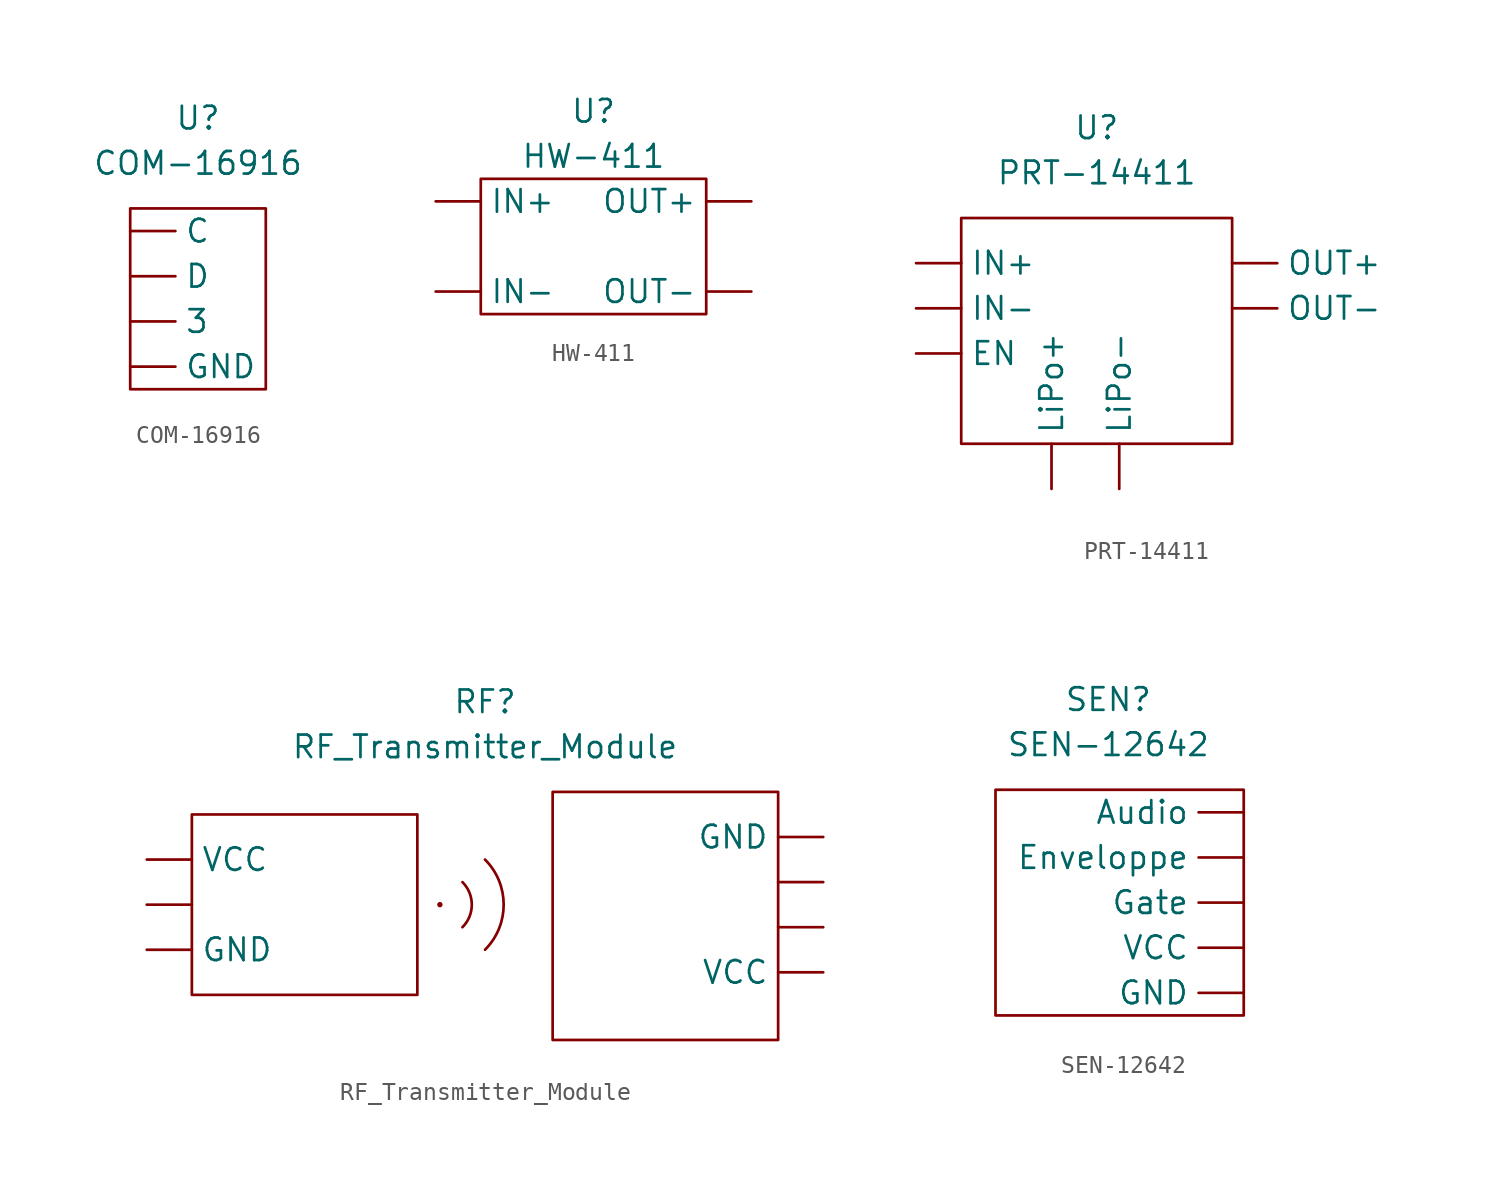
<source format=kicad_sym>
(kicad_symbol_lib
  (version 20211014)
  (generator kicad_symbol_editor)
  (symbol "COM-16916"
    (property "Reference" "U"
      (at 0 5.08 0)
      (effects (font (size 1.27 1.27))))
    (property "Value" "COM-16916"
      (at 0 2.54 0)
      (effects (font (size 1.27 1.27))))
    (symbol "COM-16916_0_1"
      (rectangle (start -3.81 0) (end 3.81 -10.16) (stroke (width 0) (type default) (color 0 0 0 0)) (fill (type none))))
    (symbol "COM-16916_1_1"
      (pin input line (at -3.81 -6.35 0) (length 2.54) (name "3" (effects (font (size 1.27 1.27)))) (number "" (effects (font (size 1.27 1.27)))))
      (pin input line (at -3.81 -1.27 0) (length 2.54) (name "C" (effects (font (size 1.27 1.27)))) (number "" (effects (font (size 1.27 1.27)))))
      (pin input line (at -3.81 -3.81 0) (length 2.54) (name "D" (effects (font (size 1.27 1.27)))) (number "" (effects (font (size 1.27 1.27)))))
      (pin input line (at -3.81 -8.89 0) (length 2.54) (name "GND" (effects (font (size 1.27 1.27)))) (number "" (effects (font (size 1.27 1.27)))))))
  (symbol "HW-411"
    (property "Reference" "U"
      (at 0 3.81 0)
      (effects (font (size 1.27 1.27))))
    (property "Value" "HW-411"
      (at 0 1.27 0)
      (effects (font (size 1.27 1.27))))
    (symbol "HW-411_0_1"
      (rectangle (start -6.35 0) (end 6.35 -7.62) (stroke (width 0) (type default) (color 0 0 0 0)) (fill (type none))))
    (symbol "HW-411_1_1"
      (pin input line (at -8.89 -1.27 0) (length 2.54) (name "IN+" (effects (font (size 1.27 1.27)))) (number "" (effects (font (size 1.27 1.27)))))
      (pin input line (at -8.89 -6.35 0) (length 2.54) (name "IN-" (effects (font (size 1.27 1.27)))) (number "" (effects (font (size 1.27 1.27)))))
      (pin output line (at 8.89 -1.27 180) (length 2.54) (name "OUT+" (effects (font (size 1.27 1.27)))) (number "" (effects (font (size 1.27 1.27)))))
      (pin output line (at 8.89 -6.35 180) (length 2.54) (name "OUT-" (effects (font (size 1.27 1.27)))) (number "" (effects (font (size 1.27 1.27)))))))
  (symbol "PRT-14411"
    (property "Reference" "U"
      (at 0 5.08 0)
      (effects (font (size 1.27 1.27))))
    (property "Value" "PRT-14411"
      (at 0 2.54 0)
      (effects (font (size 1.27 1.27))))
    (symbol "PRT-14411_0_1"
      (rectangle (start -7.62 0) (end 7.62 -12.7) (stroke (width 0) (type default) (color 0 0 0 0)) (fill (type none))))
    (symbol "PRT-14411_1_1"
      (pin input line (at -10.16 -7.62 0) (length 2.54) (name "EN" (effects (font (size 1.27 1.27)))) (number "" (effects (font (size 1.27 1.27)))))
      (pin input line (at -10.16 -2.54 0) (length 2.54) (name "IN+" (effects (font (size 1.27 1.27)))) (number "" (effects (font (size 1.27 1.27)))))
      (pin input line (at -10.16 -5.08 0) (length 2.54) (name "IN-" (effects (font (size 1.27 1.27)))) (number "" (effects (font (size 1.27 1.27)))))
      (pin input line (at -2.54 -15.24 90) (length 2.54) (name "LiPo+" (effects (font (size 1.27 1.27)))) (number "" (effects (font (size 1.27 1.27)))))
      (pin input line (at 1.27 -15.24 90) (length 2.54) (name "LiPo-" (effects (font (size 1.27 1.27)))) (number "" (effects (font (size 1.27 1.27)))))
      (pin output line (at 7.62 -2.54 0) (length 2.54) (name "OUT+" (effects (font (size 1.27 1.27)))) (number "" (effects (font (size 1.27 1.27)))))
      (pin output line (at 7.62 -5.08 0) (length 2.54) (name "OUT-" (effects (font (size 1.27 1.27)))) (number "" (effects (font (size 1.27 1.27)))))))
  (symbol "RF_Transmitter_Module"
    (property "Reference" "RF"
      (at 0 5.08 0)
      (effects (font (size 1.27 1.27))))
    (property "Value" "RF_Transmitter_Module"
      (at 0 2.54 0)
      (effects (font (size 1.27 1.27))))
    (symbol "RF_Transmitter_Module_0_1"
      (rectangle (start -16.51 -1.27) (end -3.81 -11.43) (stroke (width 0) (type default) (color 0 0 0 0)) (fill (type none)))
      (circle (center -2.54 -6.35) (radius 0.0001) (stroke (width 0) (type default) (color 0 0 0 0)) (fill (type none)))
      (arc (start -1.27 -7.62) (mid -0.744 -6.35) (end -1.27 -5.08) (stroke (width 0) (type default) (color 0 0 0 0)) (fill (type none)))
      (arc (start 0 -8.89) (mid 1.0515 -6.35) (end 0 -3.81) (stroke (width 0) (type default) (color 0 0 0 0)) (fill (type none)))
      (rectangle (start 3.81 -13.97) (end 16.51 0) (stroke (width 0) (type default) (color 0 0 0 0)) (fill (type none))))
    (symbol "RF_Transmitter_Module_1_1"
      (pin input line (at -19.05 -6.35 0) (length 2.54) (name "" (effects (font (size 1.27 1.27)))) (number "" (effects (font (size 1.27 1.27)))))
      (pin input line (at 19.05 -7.62 180) (length 2.54) (name "" (effects (font (size 1.27 1.27)))) (number "" (effects (font (size 1.27 1.27)))))
      (pin input line (at 19.05 -5.08 180) (length 2.54) (name "" (effects (font (size 1.27 1.27)))) (number "" (effects (font (size 1.27 1.27)))))
      (pin input line (at -19.05 -8.89 0) (length 2.54) (name "GND" (effects (font (size 1.27 1.27)))) (number "" (effects (font (size 1.27 1.27)))))
      (pin input line (at 19.05 -2.54 180) (length 2.54) (name "GND" (effects (font (size 1.27 1.27)))) (number "" (effects (font (size 1.27 1.27)))))
      (pin input line (at -19.05 -3.81 0) (length 2.54) (name "VCC" (effects (font (size 1.27 1.27)))) (number "" (effects (font (size 1.27 1.27)))))
      (pin input line (at 19.05 -10.16 180) (length 2.54) (name "VCC" (effects (font (size 1.27 1.27)))) (number "" (effects (font (size 1.27 1.27)))))))
  (symbol "SEN-12642"
    (property "Reference" "SEN"
      (at 0 5.08 0)
      (effects (font (size 1.27 1.27))))
    (property "Value" "SEN-12642"
      (at 0 2.54 0)
      (effects (font (size 1.27 1.27))))
    (symbol "SEN-12642_0_1"
      (rectangle (start -6.35 0) (end 7.62 -12.7) (stroke (width 0) (type default) (color 0 0 0 0)) (fill (type none))))
    (symbol "SEN-12642_1_1"
      (pin output line (at 7.62 -1.27 180) (length 2.54) (name "Audio" (effects (font (size 1.27 1.27)))) (number "" (effects (font (size 1.27 1.27)))))
      (pin output line (at 7.62 -3.81 180) (length 2.54) (name "Enveloppe" (effects (font (size 1.27 1.27)))) (number "" (effects (font (size 1.27 1.27)))))
      (pin output line (at 7.62 -11.43 180) (length 2.54) (name "GND" (effects (font (size 1.27 1.27)))) (number "" (effects (font (size 1.27 1.27)))))
      (pin output line (at 7.62 -6.35 180) (length 2.54) (name "Gate" (effects (font (size 1.27 1.27)))) (number "" (effects (font (size 1.27 1.27)))))
      (pin output line (at 7.62 -8.89 180) (length 2.54) (name "VCC" (effects (font (size 1.27 1.27)))) (number "" (effects (font (size 1.27 1.27))))))))
</source>
